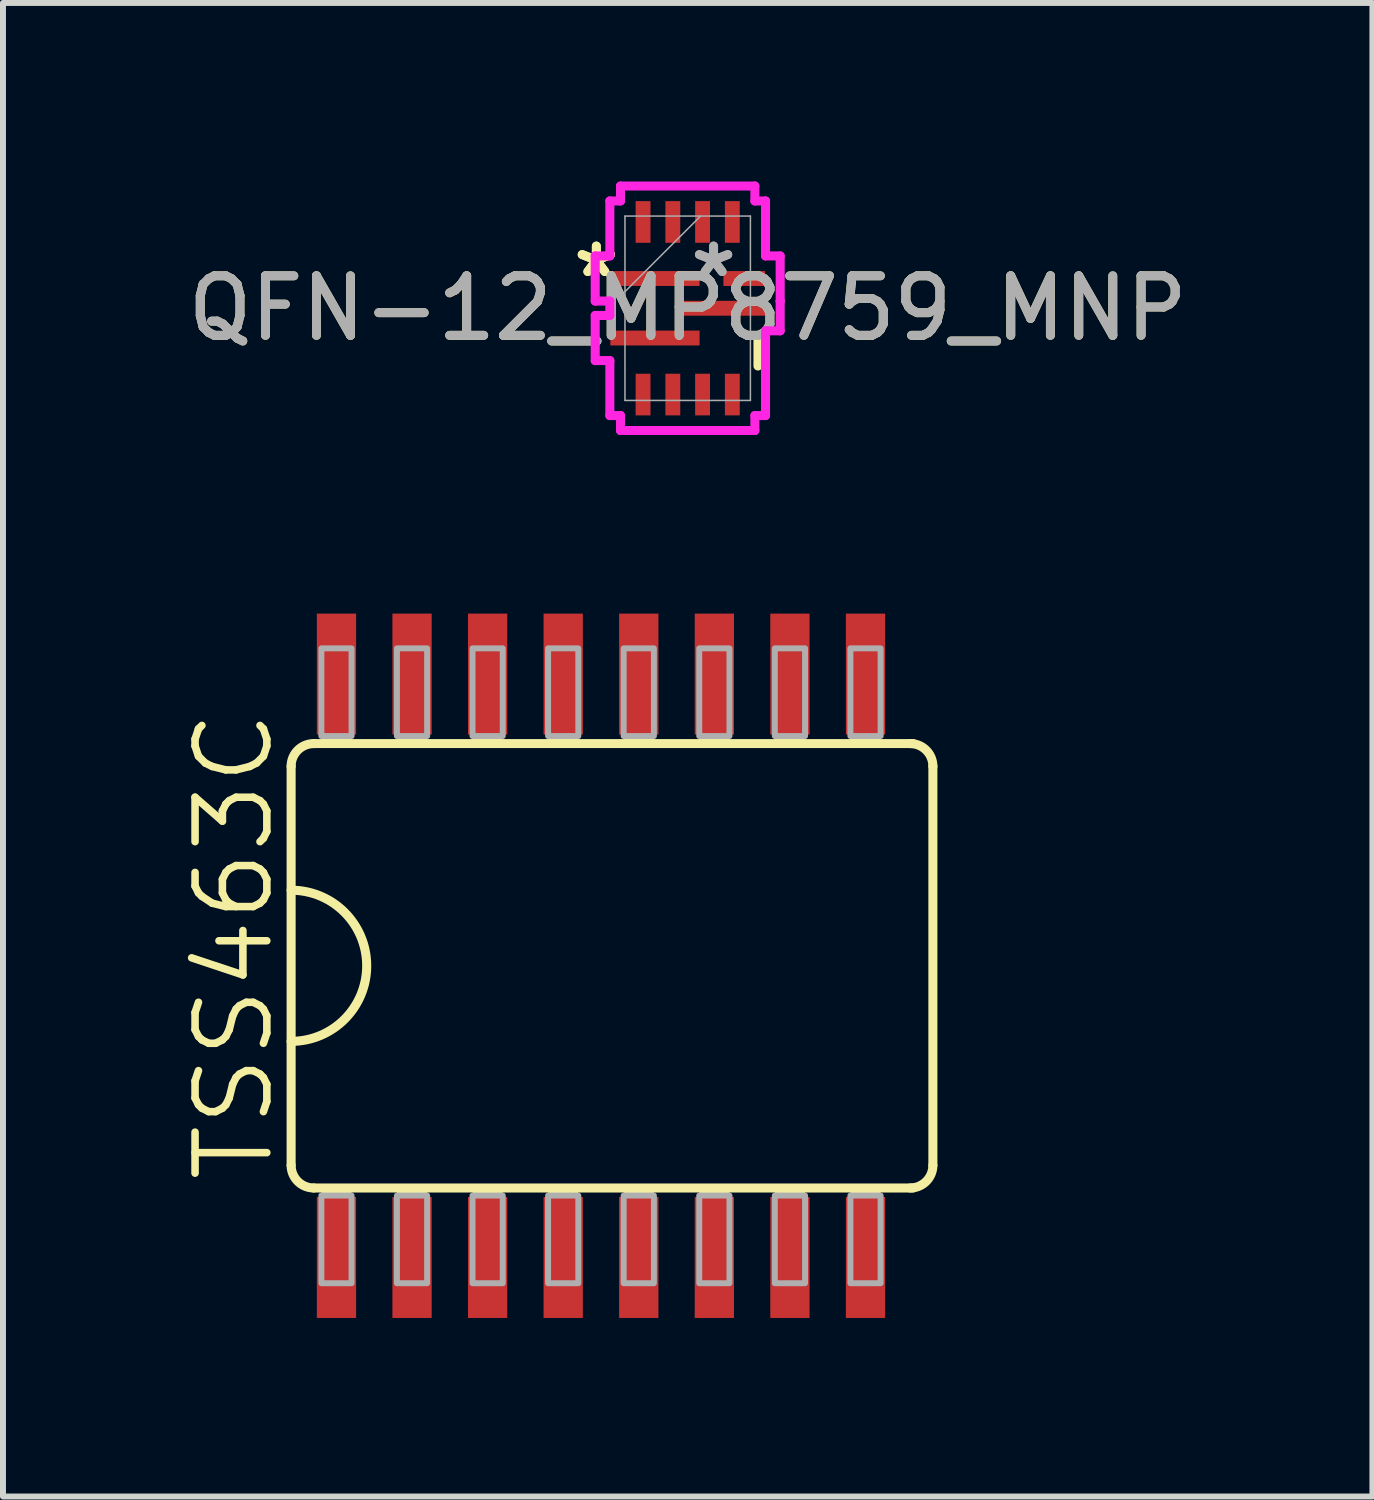
<source format=kicad_pcb>
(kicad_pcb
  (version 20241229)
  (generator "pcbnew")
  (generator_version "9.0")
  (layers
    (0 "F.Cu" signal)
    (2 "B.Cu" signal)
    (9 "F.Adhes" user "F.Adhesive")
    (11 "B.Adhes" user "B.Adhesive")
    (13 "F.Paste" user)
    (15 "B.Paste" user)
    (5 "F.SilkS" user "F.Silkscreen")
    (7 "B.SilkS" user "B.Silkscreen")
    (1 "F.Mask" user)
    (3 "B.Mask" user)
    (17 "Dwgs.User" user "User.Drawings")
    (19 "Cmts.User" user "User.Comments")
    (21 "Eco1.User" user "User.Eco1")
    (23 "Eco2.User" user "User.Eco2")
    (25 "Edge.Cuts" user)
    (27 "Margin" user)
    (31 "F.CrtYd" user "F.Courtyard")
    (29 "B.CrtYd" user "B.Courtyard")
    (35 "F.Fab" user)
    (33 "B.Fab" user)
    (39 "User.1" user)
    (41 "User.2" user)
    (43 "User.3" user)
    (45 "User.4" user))
  (footprint "TSS463C"
    (layer "F.Cu")
    (at 7.684 13.179)
    (property "Reference" "TSS463C" (at -6.096 3.683 90) (layer "F.SilkS") (effects (font (size 1.206 1.206) (thickness 0.127)) (justify left bottom)))
    (attr through_hole)
    (fp_line (start -5.842 -3.353) (end -5.842 3.353) (stroke (width 0.152) (type solid)) (layer "F.SilkS"))
    (fp_line (start -5.461 -3.734) (end 4.61 -3.734) (stroke (width 0.152) (type solid)) (layer "F.SilkS"))
    (fp_line (start -5.461 3.734) (end 4.61 3.734) (stroke (width 0.152) (type solid)) (layer "F.SilkS"))
    (fp_line (start 4.942 3.353) (end 4.942 -3.353) (stroke (width 0.152) (type solid)) (layer "F.SilkS"))
    (fp_arc (start -5.842 -3.3528) (mid -5.730408 -3.622208) (end -5.461 -3.7338) (stroke (width 0.1524) (type solid)) (layer "F.SilkS"))
    (fp_arc (start -5.842 -1.27) (mid -4.572 0) (end -5.842 1.27) (stroke (width 0.1524) (type solid)) (layer "F.SilkS"))
    (fp_arc (start -5.461 3.7338) (mid -5.730408 3.622208) (end -5.842 3.3528) (stroke (width 0.1524) (type solid)) (layer "F.SilkS"))
    (fp_arc (start 4.561 -3.7338) (mid 4.830408 -3.622208) (end 4.942 -3.3528) (stroke (width 0.1524) (type solid)) (layer "F.SilkS"))
    (fp_arc (start 4.942 3.3528) (mid 4.830408 3.622208) (end 4.561 3.7338) (stroke (width 0.1524) (type solid)) (layer "F.SilkS"))
    (fp_poly (pts (xy -5.334 -3.734) (xy -4.826 -3.734) (xy -4.826 -3.861) (xy -5.334 -3.861)) (stroke (width 0) (type solid)) (fill yes) (layer "F.SilkS"))
    (fp_poly (pts (xy -5.334 3.861) (xy -4.826 3.861) (xy -4.826 3.734) (xy -5.334 3.734)) (stroke (width 0) (type solid)) (fill yes) (layer "F.SilkS"))
    (fp_poly (pts (xy -4.064 -3.734) (xy -3.556 -3.734) (xy -3.556 -3.861) (xy -4.064 -3.861)) (stroke (width 0) (type solid)) (fill yes) (layer "F.SilkS"))
    (fp_poly (pts (xy -4.064 3.861) (xy -3.556 3.861) (xy -3.556 3.734) (xy -4.064 3.734)) (stroke (width 0) (type solid)) (fill yes) (layer "F.SilkS"))
    (fp_poly (pts (xy -2.794 -3.734) (xy -2.286 -3.734) (xy -2.286 -3.861) (xy -2.794 -3.861)) (stroke (width 0) (type solid)) (fill yes) (layer "F.SilkS"))
    (fp_poly (pts (xy -2.794 3.861) (xy -2.286 3.861) (xy -2.286 3.734) (xy -2.794 3.734)) (stroke (width 0) (type solid)) (fill yes) (layer "F.SilkS"))
    (fp_poly (pts (xy -1.524 -3.734) (xy -1.016 -3.734) (xy -1.016 -3.861) (xy -1.524 -3.861)) (stroke (width 0) (type solid)) (fill yes) (layer "F.SilkS"))
    (fp_poly (pts (xy -1.524 3.861) (xy -1.016 3.861) (xy -1.016 3.734) (xy -1.524 3.734)) (stroke (width 0) (type solid)) (fill yes) (layer "F.SilkS"))
    (fp_poly (pts (xy -0.254 -3.734) (xy 0.254 -3.734) (xy 0.254 -3.861) (xy -0.254 -3.861)) (stroke (width 0) (type solid)) (fill yes) (layer "F.SilkS"))
    (fp_poly (pts (xy -0.254 3.861) (xy 0.254 3.861) (xy 0.254 3.734) (xy -0.254 3.734)) (stroke (width 0) (type solid)) (fill yes) (layer "F.SilkS"))
    (fp_poly (pts (xy 1.016 -3.734) (xy 1.524 -3.734) (xy 1.524 -3.861) (xy 1.016 -3.861)) (stroke (width 0) (type solid)) (fill yes) (layer "F.SilkS"))
    (fp_poly (pts (xy 1.016 3.861) (xy 1.524 3.861) (xy 1.524 3.734) (xy 1.016 3.734)) (stroke (width 0) (type solid)) (fill yes) (layer "F.SilkS"))
    (fp_poly (pts (xy 2.286 -3.734) (xy 2.794 -3.734) (xy 2.794 -3.861) (xy 2.286 -3.861)) (stroke (width 0) (type solid)) (fill yes) (layer "F.SilkS"))
    (fp_poly (pts (xy 2.286 3.861) (xy 2.794 3.861) (xy 2.794 3.734) (xy 2.286 3.734)) (stroke (width 0) (type solid)) (fill yes) (layer "F.SilkS"))
    (fp_poly (pts (xy 3.556 -3.734) (xy 4.064 -3.734) (xy 4.064 -3.861) (xy 3.556 -3.861)) (stroke (width 0) (type solid)) (fill yes) (layer "F.SilkS"))
    (fp_poly (pts (xy 3.556 3.861) (xy 4.064 3.861) (xy 4.064 3.734) (xy 3.556 3.734)) (stroke (width 0) (type solid)) (fill yes) (layer "F.SilkS"))
    (fp_poly (pts (xy -5.334 -3.861) (xy -4.826 -3.861) (xy -4.826 -5.334) (xy -5.334 -5.334)) (stroke (width 0.1) (type solid)) (fill no) (layer "F.Fab"))
    (fp_poly (pts (xy -5.334 5.334) (xy -4.826 5.334) (xy -4.826 3.861) (xy -5.334 3.861)) (stroke (width 0.1) (type solid)) (fill no) (layer "F.Fab"))
    (fp_poly (pts (xy -4.064 -3.861) (xy -3.556 -3.861) (xy -3.556 -5.334) (xy -4.064 -5.334)) (stroke (width 0.1) (type solid)) (fill no) (layer "F.Fab"))
    (fp_poly (pts (xy -4.064 5.334) (xy -3.556 5.334) (xy -3.556 3.861) (xy -4.064 3.861)) (stroke (width 0.1) (type solid)) (fill no) (layer "F.Fab"))
    (fp_poly (pts (xy -2.794 -3.861) (xy -2.286 -3.861) (xy -2.286 -5.334) (xy -2.794 -5.334)) (stroke (width 0.1) (type solid)) (fill no) (layer "F.Fab"))
    (fp_poly (pts (xy -2.794 5.334) (xy -2.286 5.334) (xy -2.286 3.861) (xy -2.794 3.861)) (stroke (width 0.1) (type solid)) (fill no) (layer "F.Fab"))
    (fp_poly (pts (xy -1.524 -3.861) (xy -1.016 -3.861) (xy -1.016 -5.334) (xy -1.524 -5.334)) (stroke (width 0.1) (type solid)) (fill no) (layer "F.Fab"))
    (fp_poly (pts (xy -1.524 5.334) (xy -1.016 5.334) (xy -1.016 3.861) (xy -1.524 3.861)) (stroke (width 0.1) (type solid)) (fill no) (layer "F.Fab"))
    (fp_poly (pts (xy -0.254 -3.861) (xy 0.254 -3.861) (xy 0.254 -5.334) (xy -0.254 -5.334)) (stroke (width 0.1) (type solid)) (fill no) (layer "F.Fab"))
    (fp_poly (pts (xy -0.254 5.334) (xy 0.254 5.334) (xy 0.254 3.861) (xy -0.254 3.861)) (stroke (width 0.1) (type solid)) (fill no) (layer "F.Fab"))
    (fp_poly (pts (xy 1.016 -3.861) (xy 1.524 -3.861) (xy 1.524 -5.334) (xy 1.016 -5.334)) (stroke (width 0.1) (type solid)) (fill no) (layer "F.Fab"))
    (fp_poly (pts (xy 1.016 5.334) (xy 1.524 5.334) (xy 1.524 3.861) (xy 1.016 3.861)) (stroke (width 0.1) (type solid)) (fill no) (layer "F.Fab"))
    (fp_poly (pts (xy 2.286 -3.861) (xy 2.794 -3.861) (xy 2.794 -5.334) (xy 2.286 -5.334)) (stroke (width 0.1) (type solid)) (fill no) (layer "F.Fab"))
    (fp_poly (pts (xy 2.286 5.334) (xy 2.794 5.334) (xy 2.794 3.861) (xy 2.286 3.861)) (stroke (width 0.1) (type solid)) (fill no) (layer "F.Fab"))
    (fp_poly (pts (xy 3.556 -3.861) (xy 4.064 -3.861) (xy 4.064 -5.334) (xy 3.556 -5.334)) (stroke (width 0.1) (type solid)) (fill no) (layer "F.Fab"))
    (fp_poly (pts (xy 3.556 5.334) (xy 4.064 5.334) (xy 4.064 3.861) (xy 3.556 3.861)) (stroke (width 0.1) (type solid)) (fill no) (layer "F.Fab"))
    (pad "1" smd rect (at -5.08 4.902) (size 0.66 2.032) (layers "F.Cu" "F.Mask" "F.Paste"))
    (pad "2" smd rect (at -3.81 4.902) (size 0.66 2.032) (layers "F.Cu" "F.Mask" "F.Paste"))
    (pad "3" smd rect (at -2.54 4.902) (size 0.66 2.032) (layers "F.Cu" "F.Mask" "F.Paste"))
    (pad "4" smd rect (at -1.27 4.902) (size 0.66 2.032) (layers "F.Cu" "F.Mask" "F.Paste"))
    (pad "5" smd rect (at 0 4.902) (size 0.66 2.032) (layers "F.Cu" "F.Mask" "F.Paste"))
    (pad "6" smd rect (at 1.27 4.902) (size 0.66 2.032) (layers "F.Cu" "F.Mask" "F.Paste"))
    (pad "7" smd rect (at 2.54 4.902) (size 0.66 2.032) (layers "F.Cu" "F.Mask" "F.Paste"))
    (pad "8" smd rect (at 3.81 4.902) (size 0.66 2.032) (layers "F.Cu" "F.Mask" "F.Paste"))
    (pad "9" smd rect (at 3.81 -4.902) (size 0.66 2.032) (layers "F.Cu" "F.Mask" "F.Paste"))
    (pad "10" smd rect (at 2.54 -4.902) (size 0.66 2.032) (layers "F.Cu" "F.Mask" "F.Paste"))
    (pad "11" smd rect (at 1.27 -4.902) (size 0.66 2.032) (layers "F.Cu" "F.Mask" "F.Paste"))
    (pad "12" smd rect (at 0 -4.902) (size 0.66 2.032) (layers "F.Cu" "F.Mask" "F.Paste"))
    (pad "13" smd rect (at -1.27 -4.902) (size 0.66 2.032) (layers "F.Cu" "F.Mask" "F.Paste"))
    (pad "14" smd rect (at -2.54 -4.902) (size 0.66 2.032) (layers "F.Cu" "F.Mask" "F.Paste"))
    (pad "15" smd rect (at -3.81 -4.902) (size 0.66 2.032) (layers "F.Cu" "F.Mask" "F.Paste"))
    (pad "16" smd rect (at -5.08 -4.902) (size 0.66 2.032) (layers "F.Cu" "F.Mask" "F.Paste")))
  (footprint "QFN-12_MP8759_MNP"
    (layer "F.Cu")
    (at 8.506 2.13)
    (property "Reference" "QFN-12_MP8759_MNP" (at 0 0 0) (unlocked yes) (layer "F.SilkS") (effects (font (size 1 1) (thickness 0.15))))
    (attr smd)
    (fp_line (start 1.181 0.458) (end 1.181 0.97) (stroke (width 0.152) (type solid)) (layer "F.SilkS"))
    (fp_line (start -1.554 -0.879) (end -1.554 -0.121) (stroke (width 0.152) (type solid)) (layer "F.CrtYd"))
    (fp_line (start -1.554 -0.121) (end -1.308 -0.121) (stroke (width 0.152) (type solid)) (layer "F.CrtYd"))
    (fp_line (start -1.554 0.121) (end -1.554 0.879) (stroke (width 0.152) (type solid)) (layer "F.CrtYd"))
    (fp_line (start -1.554 0.879) (end -1.308 0.879) (stroke (width 0.152) (type solid)) (layer "F.CrtYd"))
    (fp_line (start -1.308 -1.803) (end -1.308 -0.879) (stroke (width 0.152) (type solid)) (layer "F.CrtYd"))
    (fp_line (start -1.308 -0.879) (end -1.554 -0.879) (stroke (width 0.152) (type solid)) (layer "F.CrtYd"))
    (fp_line (start -1.308 -0.121) (end -1.308 0.121) (stroke (width 0.152) (type solid)) (layer "F.CrtYd"))
    (fp_line (start -1.308 0.121) (end -1.554 0.121) (stroke (width 0.152) (type solid)) (layer "F.CrtYd"))
    (fp_line (start -1.308 0.879) (end -1.308 1.803) (stroke (width 0.152) (type solid)) (layer "F.CrtYd"))
    (fp_line (start -1.308 1.803) (end -1.129 1.803) (stroke (width 0.152) (type solid)) (layer "F.CrtYd"))
    (fp_line (start -1.129 -2.054) (end -1.129 -1.803) (stroke (width 0.152) (type solid)) (layer "F.CrtYd"))
    (fp_line (start -1.129 -1.803) (end -1.308 -1.803) (stroke (width 0.152) (type solid)) (layer "F.CrtYd"))
    (fp_line (start -1.129 1.803) (end -1.129 2.054) (stroke (width 0.152) (type solid)) (layer "F.CrtYd"))
    (fp_line (start -1.129 2.054) (end 1.129 2.054) (stroke (width 0.152) (type solid)) (layer "F.CrtYd"))
    (fp_line (start 1.129 -2.054) (end -1.129 -2.054) (stroke (width 0.152) (type solid)) (layer "F.CrtYd"))
    (fp_line (start 1.129 -1.803) (end 1.129 -2.054) (stroke (width 0.152) (type solid)) (layer "F.CrtYd"))
    (fp_line (start 1.129 1.803) (end 1.308 1.803) (stroke (width 0.152) (type solid)) (layer "F.CrtYd"))
    (fp_line (start 1.129 2.054) (end 1.129 1.803) (stroke (width 0.152) (type solid)) (layer "F.CrtYd"))
    (fp_line (start 1.308 -1.803) (end 1.129 -1.803) (stroke (width 0.152) (type solid)) (layer "F.CrtYd"))
    (fp_line (start 1.308 -0.879) (end 1.308 -1.803) (stroke (width 0.152) (type solid)) (layer "F.CrtYd"))
    (fp_line (start 1.308 0.379) (end 1.554 0.379) (stroke (width 0.152) (type solid)) (layer "F.CrtYd"))
    (fp_line (start 1.308 1.803) (end 1.308 0.379) (stroke (width 0.152) (type solid)) (layer "F.CrtYd"))
    (fp_line (start 1.554 -0.879) (end 1.308 -0.879) (stroke (width 0.152) (type solid)) (layer "F.CrtYd"))
    (fp_line (start 1.554 -0.121) (end 1.554 -0.879) (stroke (width 0.152) (type solid)) (layer "F.CrtYd"))
    (fp_line (start 1.554 -0.121) (end 1.554 -0.121) (stroke (width 0.152) (type solid)) (layer "F.CrtYd"))
    (fp_line (start 1.554 0.379) (end 1.554 -0.121) (stroke (width 0.152) (type solid)) (layer "F.CrtYd"))
    (fp_line (start -1.054 -1.549) (end -1.054 1.549) (stroke (width 0.025) (type solid)) (layer "F.Fab"))
    (fp_line (start -1.054 -0.279) (end 0.216 -1.549) (stroke (width 0.025) (type solid)) (layer "F.Fab"))
    (fp_line (start -1.054 1.549) (end 1.054 1.549) (stroke (width 0.025) (type solid)) (layer "F.Fab"))
    (fp_line (start 1.054 -1.549) (end -1.054 -1.549) (stroke (width 0.025) (type solid)) (layer "F.Fab"))
    (fp_line (start 1.054 1.549) (end 1.054 -1.549) (stroke (width 0.025) (type solid)) (layer "F.Fab"))
    (fp_text user "*" (at -1.535 -0.5 0) (unlocked yes) (layer "F.SilkS") (effects (font (size 1 1) (thickness 0.15))))
    (fp_text user "*" (at -1.535 -0.5 0) (layer "F.SilkS") (effects (font (size 1 1) (thickness 0.15))))
    (fp_text user "*" (at 0.435 -0.5 0) (unlocked yes) (layer "F.Fab") (effects (font (size 1 1) (thickness 0.15))))
    (fp_text user "*" (at 0.435 -0.5 0) (layer "F.Fab") (effects (font (size 1 1) (thickness 0.15))))
    (fp_text user "${REFERENCE}" (at 0 0 0) (unlocked yes) (layer "F.Fab") (effects (font (size 1 1) (thickness 0.15))))
    (pad "1" smd rect (at -0.55 -0.5) (size 1.5 0.25) (layers "F.Cu" "F.Mask" "F.Paste"))
    (pad "2" smd rect (at -0.55 0.5) (size 1.5 0.25) (layers "F.Cu" "F.Mask" "F.Paste"))
    (pad "3" smd rect (at -0.75 1.45 90) (size 0.7 0.25) (layers "F.Cu" "F.Mask"))
    (pad "4" smd rect (at -0.25 1.45 90) (size 0.7 0.25) (layers "F.Cu" "F.Mask"))
    (pad "5" smd rect (at 0.25 1.45 90) (size 0.7 0.25) (layers "F.Cu" "F.Mask"))
    (pad "6" smd rect (at 0.75 1.45 90) (size 0.7 0.25) (layers "F.Cu" "F.Mask"))
    (pad "7" smd rect (at 0.55 0) (size 1.5 0.25) (layers "F.Cu" "F.Mask" "F.Paste"))
    (pad "8" smd rect (at 0.95 -0.5) (size 0.7 0.25) (layers "F.Cu" "F.Mask"))
    (pad "9" smd rect (at 0.75 -1.45 90) (size 0.7 0.25) (layers "F.Cu" "F.Mask"))
    (pad "10" smd rect (at 0.25 -1.45 90) (size 0.7 0.25) (layers "F.Cu" "F.Mask"))
    (pad "11" smd rect (at -0.25 -1.45 90) (size 0.7 0.25) (layers "F.Cu" "F.Mask"))
    (pad "12" smd rect (at -0.75 -1.45 90) (size 0.7 0.25) (layers "F.Cu" "F.Mask")))
  (gr_rect
    (start -3 -3)
    (end 20.012 22.097)
    (stroke (width 0.1) (type default))
    (fill no)
    (layer "Edge.Cuts")))
</source>
